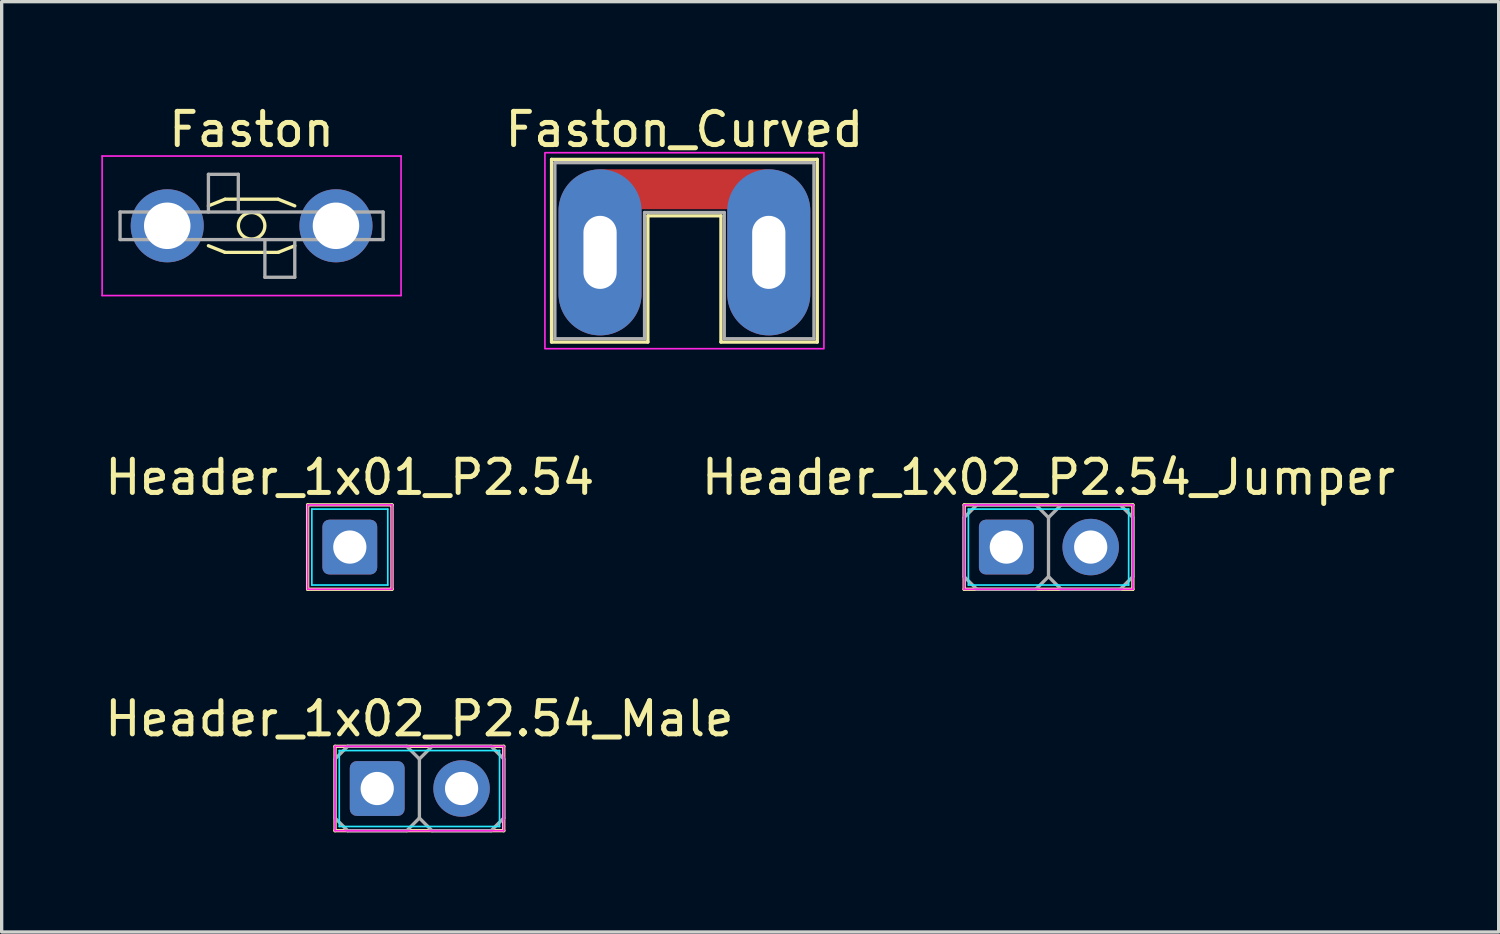
<source format=kicad_pcb>
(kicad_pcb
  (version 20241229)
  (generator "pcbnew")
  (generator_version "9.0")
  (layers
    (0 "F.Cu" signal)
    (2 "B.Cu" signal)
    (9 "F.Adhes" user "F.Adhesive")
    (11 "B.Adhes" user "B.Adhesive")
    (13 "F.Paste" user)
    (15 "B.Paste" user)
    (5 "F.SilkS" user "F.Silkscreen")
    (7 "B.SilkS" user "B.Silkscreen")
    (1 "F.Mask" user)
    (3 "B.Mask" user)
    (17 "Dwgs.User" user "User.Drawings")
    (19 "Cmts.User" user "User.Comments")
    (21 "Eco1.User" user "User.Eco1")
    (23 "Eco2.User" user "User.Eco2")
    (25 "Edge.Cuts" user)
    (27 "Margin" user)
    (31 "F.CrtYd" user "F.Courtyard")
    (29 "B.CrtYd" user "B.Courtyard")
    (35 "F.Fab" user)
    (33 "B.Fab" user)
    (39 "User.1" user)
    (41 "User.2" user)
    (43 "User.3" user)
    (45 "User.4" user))
  (footprint "Header_1x02_P2.54_Male"
    (layer "F.Cu")
    (at 9.577 20.69)
    (property "Reference" "Header_1x02_P2.54_Male" (at 0 -2.1 0) (layer "F.SilkS") (effects (font (size 1 1) (thickness 0.15))))
    (attr through_hole)
    (fp_line (start -2.54 -1.27) (end -2.54 1.27) (stroke (width 0.1) (type solid)) (layer "F.SilkS"))
    (fp_line (start -2.54 1.27) (end 2.54 1.27) (stroke (width 0.1) (type solid)) (layer "F.SilkS"))
    (fp_line (start 2.54 -1.27) (end -2.54 -1.27) (stroke (width 0.1) (type solid)) (layer "F.SilkS"))
    (fp_line (start 2.54 1.27) (end 2.54 -1.27) (stroke (width 0.1) (type solid)) (layer "F.SilkS"))
    (fp_line (start -2.413 -1.143) (end -2.413 1.143) (stroke (width 0.05) (type solid)) (layer "B.CrtYd"))
    (fp_line (start -2.413 1.143) (end 2.413 1.143) (stroke (width 0.05) (type solid)) (layer "B.CrtYd"))
    (fp_line (start 2.413 -1.143) (end -2.413 -1.143) (stroke (width 0.05) (type solid)) (layer "B.CrtYd"))
    (fp_line (start 2.413 1.143) (end 2.413 -1.143) (stroke (width 0.05) (type solid)) (layer "B.CrtYd"))
    (fp_line (start -2.54 -1.27) (end -2.54 1.27) (stroke (width 0.05) (type solid)) (layer "F.CrtYd"))
    (fp_line (start -2.54 1.27) (end 2.54 1.27) (stroke (width 0.05) (type solid)) (layer "F.CrtYd"))
    (fp_line (start 2.54 -1.27) (end -2.54 -1.27) (stroke (width 0.05) (type solid)) (layer "F.CrtYd"))
    (fp_line (start 2.54 1.27) (end 2.54 -1.27) (stroke (width 0.05) (type solid)) (layer "F.CrtYd"))
    (fp_line (start -2.54 -0.889) (end -2.54 0.889) (stroke (width 0.1) (type solid)) (layer "F.Fab"))
    (fp_line (start -2.54 0.889) (end -2.159 1.27) (stroke (width 0.1) (type solid)) (layer "F.Fab"))
    (fp_line (start -2.159 -1.27) (end -2.54 -0.889) (stroke (width 0.1) (type solid)) (layer "F.Fab"))
    (fp_line (start -2.159 -1.27) (end -0.381 -1.27) (stroke (width 0.1) (type solid)) (layer "F.Fab"))
    (fp_line (start -2.159 1.27) (end -0.381 1.27) (stroke (width 0.1) (type solid)) (layer "F.Fab"))
    (fp_line (start -0.381 -1.27) (end 0 -0.889) (stroke (width 0.1) (type solid)) (layer "F.Fab"))
    (fp_line (start -0.381 1.27) (end 0 0.889) (stroke (width 0.1) (type solid)) (layer "F.Fab"))
    (fp_line (start 0 -0.889) (end 0 0.889) (stroke (width 0.1) (type solid)) (layer "F.Fab"))
    (fp_line (start 0 0.889) (end 0.381 1.27) (stroke (width 0.1) (type solid)) (layer "F.Fab"))
    (fp_line (start 0.381 -1.27) (end 0 -0.889) (stroke (width 0.1) (type solid)) (layer "F.Fab"))
    (fp_line (start 0.381 -1.27) (end 2.159 -1.27) (stroke (width 0.1) (type solid)) (layer "F.Fab"))
    (fp_line (start 0.381 1.27) (end 2.159 1.27) (stroke (width 0.1) (type solid)) (layer "F.Fab"))
    (fp_line (start 2.159 -1.27) (end 2.54 -0.889) (stroke (width 0.1) (type solid)) (layer "F.Fab"))
    (fp_line (start 2.159 1.27) (end 2.54 0.889) (stroke (width 0.1) (type solid)) (layer "F.Fab"))
    (fp_line (start 2.54 -0.889) (end 2.54 0.889) (stroke (width 0.1) (type solid)) (layer "F.Fab"))
    (pad "1" thru_hole roundrect (at -1.27 0) (size 1.65 1.65) (drill 1) (layers "*.Cu" "*.Mask") (roundrect_rratio 0.125))
    (pad "2" thru_hole circle (at 1.27 0) (size 1.7 1.7) (drill 1) (layers "*.Cu" "*.Mask")))
  (footprint "Faston_Curved"
    (layer "F.Cu")
    (at 17.556 4.548)
    (property "Reference" "Faston_Curved" (at 0 -3.7 0) (layer "F.SilkS") (effects (font (size 1 1) (thickness 0.15))))
    (attr through_hole)
    (fp_line (start -4 -2.8) (end -4 2.7) (stroke (width 0.1) (type solid)) (layer "F.SilkS"))
    (fp_line (start -4 2.7) (end -1.1 2.7) (stroke (width 0.1) (type solid)) (layer "F.SilkS"))
    (fp_line (start -1.1 -1.1) (end 1.1 -1.1) (stroke (width 0.1) (type solid)) (layer "F.SilkS"))
    (fp_line (start -1.1 2.7) (end -1.1 -1.1) (stroke (width 0.1) (type solid)) (layer "F.SilkS"))
    (fp_line (start 1.1 -1.1) (end 1.1 2.7) (stroke (width 0.1) (type solid)) (layer "F.SilkS"))
    (fp_line (start 1.1 2.7) (end 4 2.7) (stroke (width 0.1) (type solid)) (layer "F.SilkS"))
    (fp_line (start 4 -2.8) (end -4 -2.8) (stroke (width 0.1) (type solid)) (layer "F.SilkS"))
    (fp_line (start 4 2.7) (end 4 -2.8) (stroke (width 0.1) (type solid)) (layer "F.SilkS"))
    (fp_rect (start -4.2 -3) (end 4.2 2.9) (stroke (width 0.05) (type solid)) (fill no) (layer "F.CrtYd"))
    (fp_line (start -3.9 -2.7) (end -3.9 2.6) (stroke (width 0.1) (type solid)) (layer "F.Fab"))
    (fp_line (start -3.9 2.6) (end -1.2 2.6) (stroke (width 0.1) (type solid)) (layer "F.Fab"))
    (fp_line (start -1.2 -1.2) (end -1.2 2.6) (stroke (width 0.1) (type solid)) (layer "F.Fab"))
    (fp_line (start -1.2 -1.2) (end 1.2 -1.2) (stroke (width 0.1) (type solid)) (layer "F.Fab"))
    (fp_line (start 1.2 -1.2) (end 1.2 2.6) (stroke (width 0.1) (type solid)) (layer "F.Fab"))
    (fp_line (start 1.2 2.6) (end 3.9 2.6) (stroke (width 0.1) (type solid)) (layer "F.Fab"))
    (fp_line (start 3.9 -2.7) (end -3.9 -2.7) (stroke (width 0.1) (type solid)) (layer "F.Fab"))
    (fp_line (start 3.9 2.6) (end 3.9 -2.7) (stroke (width 0.1) (type solid)) (layer "F.Fab"))
    (pad "1" thru_hole oval (at -2.54 0 90) (size 5 2.5) (drill oval 2.2 1) (layers "*.Cu" "*.Mask"))
    (pad "1" smd oval (at 0 -1.9) (size 6 1.2) (layers "F.Cu" "F.Mask" "F.Paste"))
    (pad "1" thru_hole oval (at 2.54 0 90) (size 5 2.5) (drill oval 2.2 1) (layers "*.Cu" "*.Mask")))
  (footprint "Faston"
    (layer "F.Cu")
    (at 4.525 3.748)
    (property "Reference" "Faston" (at 0 -2.9 0) (layer "F.SilkS") (effects (font (size 1 1) (thickness 0.15))))
    (attr through_hole)
    (fp_line (start -1.3 -0.6) (end -0.8 -0.8) (stroke (width 0.1) (type solid)) (layer "F.SilkS"))
    (fp_line (start -1.3 0.6) (end -0.8 0.8) (stroke (width 0.1) (type solid)) (layer "F.SilkS"))
    (fp_line (start -0.8 -0.8) (end 0.8 -0.8) (stroke (width 0.1) (type solid)) (layer "F.SilkS"))
    (fp_line (start -0.8 0.8) (end 0.8 0.8) (stroke (width 0.1) (type solid)) (layer "F.SilkS"))
    (fp_line (start 0.8 -0.8) (end 1.3 -0.6) (stroke (width 0.1) (type solid)) (layer "F.SilkS"))
    (fp_line (start 0.8 0.8) (end 1.3 0.6) (stroke (width 0.1) (type solid)) (layer "F.SilkS"))
    (fp_circle (center 0 0) (end 0.4 0) (stroke (width 0.1) (type solid)) (fill no) (layer "F.SilkS"))
    (fp_line (start -4.5 -2.1) (end -4.5 2.1) (stroke (width 0.05) (type solid)) (layer "F.CrtYd"))
    (fp_line (start -4.5 2.1) (end 4.5 2.1) (stroke (width 0.05) (type solid)) (layer "F.CrtYd"))
    (fp_line (start 4.5 -2.1) (end -4.5 -2.1) (stroke (width 0.05) (type solid)) (layer "F.CrtYd"))
    (fp_line (start 4.5 2.1) (end 4.5 -2.1) (stroke (width 0.05) (type solid)) (layer "F.CrtYd"))
    (fp_line (start -3.96 -0.415) (end 3.96 -0.415) (stroke (width 0.1) (type solid)) (layer "F.Fab"))
    (fp_line (start -3.96 0.415) (end -3.96 -0.415) (stroke (width 0.1) (type solid)) (layer "F.Fab"))
    (fp_line (start -1.3 -1.55) (end -1.3 -0.415) (stroke (width 0.1) (type solid)) (layer "F.Fab"))
    (fp_line (start -0.4 -1.55) (end -1.3 -1.55) (stroke (width 0.1) (type solid)) (layer "F.Fab"))
    (fp_line (start -0.4 -0.415) (end -0.4 -1.55) (stroke (width 0.1) (type solid)) (layer "F.Fab"))
    (fp_line (start 0.4 0.415) (end 0.4 1.55) (stroke (width 0.1) (type solid)) (layer "F.Fab"))
    (fp_line (start 0.4 1.55) (end 1.3 1.55) (stroke (width 0.1) (type solid)) (layer "F.Fab"))
    (fp_line (start 1.3 1.55) (end 1.3 0.415) (stroke (width 0.1) (type solid)) (layer "F.Fab"))
    (fp_line (start 3.96 -0.415) (end 3.96 0.415) (stroke (width 0.1) (type solid)) (layer "F.Fab"))
    (fp_line (start 3.96 0.415) (end -3.96 0.415) (stroke (width 0.1) (type solid)) (layer "F.Fab"))
    (pad "1" thru_hole circle (at -2.54 0 90) (size 2.2 2.2) (drill 1.4) (layers "*.Cu" "*.Mask"))
    (pad "1" thru_hole circle (at 2.54 0 90) (size 2.2 2.2) (drill 1.4) (layers "*.Cu" "*.Mask")))
  (footprint "Header_1x02_P2.54_Jumper"
    (layer "F.Cu")
    (at 28.518 13.421)
    (property "Reference" "Header_1x02_P2.54_Jumper" (at 0 -2.1 0) (layer "F.SilkS") (effects (font (size 1 1) (thickness 0.15))))
    (attr through_hole)
    (fp_line (start -2.54 -1.27) (end -2.54 1.27) (stroke (width 0.1) (type solid)) (layer "F.SilkS"))
    (fp_line (start -2.54 1.27) (end 2.54 1.27) (stroke (width 0.1) (type solid)) (layer "F.SilkS"))
    (fp_line (start 2.54 -1.27) (end -2.54 -1.27) (stroke (width 0.1) (type solid)) (layer "F.SilkS"))
    (fp_line (start 2.54 1.27) (end 2.54 -1.27) (stroke (width 0.1) (type solid)) (layer "F.SilkS"))
    (fp_line (start -2.413 -1.143) (end -2.413 1.143) (stroke (width 0.05) (type solid)) (layer "B.CrtYd"))
    (fp_line (start -2.413 1.143) (end 2.413 1.143) (stroke (width 0.05) (type solid)) (layer "B.CrtYd"))
    (fp_line (start 2.413 -1.143) (end -2.413 -1.143) (stroke (width 0.05) (type solid)) (layer "B.CrtYd"))
    (fp_line (start 2.413 1.143) (end 2.413 -1.143) (stroke (width 0.05) (type solid)) (layer "B.CrtYd"))
    (fp_line (start -2.54 -1.27) (end -2.54 1.27) (stroke (width 0.05) (type solid)) (layer "F.CrtYd"))
    (fp_line (start -2.54 1.27) (end 2.54 1.27) (stroke (width 0.05) (type solid)) (layer "F.CrtYd"))
    (fp_line (start 2.54 -1.27) (end -2.54 -1.27) (stroke (width 0.05) (type solid)) (layer "F.CrtYd"))
    (fp_line (start 2.54 1.27) (end 2.54 -1.27) (stroke (width 0.05) (type solid)) (layer "F.CrtYd"))
    (fp_line (start -2.54 -0.889) (end -2.54 0.889) (stroke (width 0.1) (type solid)) (layer "F.Fab"))
    (fp_line (start -2.54 0.889) (end -2.159 1.27) (stroke (width 0.1) (type solid)) (layer "F.Fab"))
    (fp_line (start -2.159 -1.27) (end -2.54 -0.889) (stroke (width 0.1) (type solid)) (layer "F.Fab"))
    (fp_line (start -2.159 -1.27) (end -0.381 -1.27) (stroke (width 0.1) (type solid)) (layer "F.Fab"))
    (fp_line (start -2.159 1.27) (end -0.381 1.27) (stroke (width 0.1) (type solid)) (layer "F.Fab"))
    (fp_line (start -0.381 -1.27) (end 0 -0.889) (stroke (width 0.1) (type solid)) (layer "F.Fab"))
    (fp_line (start -0.381 1.27) (end 0 0.889) (stroke (width 0.1) (type solid)) (layer "F.Fab"))
    (fp_line (start 0 -0.889) (end 0 0.889) (stroke (width 0.1) (type solid)) (layer "F.Fab"))
    (fp_line (start 0 0.889) (end 0.381 1.27) (stroke (width 0.1) (type solid)) (layer "F.Fab"))
    (fp_line (start 0.381 -1.27) (end 0 -0.889) (stroke (width 0.1) (type solid)) (layer "F.Fab"))
    (fp_line (start 0.381 -1.27) (end 2.159 -1.27) (stroke (width 0.1) (type solid)) (layer "F.Fab"))
    (fp_line (start 0.381 1.27) (end 2.159 1.27) (stroke (width 0.1) (type solid)) (layer "F.Fab"))
    (fp_line (start 2.159 -1.27) (end 2.54 -0.889) (stroke (width 0.1) (type solid)) (layer "F.Fab"))
    (fp_line (start 2.159 1.27) (end 2.54 0.889) (stroke (width 0.1) (type solid)) (layer "F.Fab"))
    (fp_line (start 2.54 -0.889) (end 2.54 0.889) (stroke (width 0.1) (type solid)) (layer "F.Fab"))
    (pad "1" thru_hole roundrect (at -1.27 0) (size 1.65 1.65) (drill 1) (layers "*.Cu" "*.Mask") (roundrect_rratio 0.125))
    (pad "2" thru_hole circle (at 1.27 0) (size 1.7 1.7) (drill 1) (layers "*.Cu" "*.Mask")))
  (footprint "Header_1x01_P2.54"
    (layer "F.Cu")
    (at 7.482 13.421)
    (property "Reference" "Header_1x01_P2.54" (at 0 -2.1 0) (layer "F.SilkS") (effects (font (size 1 1) (thickness 0.15))))
    (attr through_hole)
    (fp_line (start -1.27 -1.27) (end -1.27 1.27) (stroke (width 0.1) (type solid)) (layer "F.SilkS"))
    (fp_line (start -1.27 1.27) (end 1.27 1.27) (stroke (width 0.1) (type solid)) (layer "F.SilkS"))
    (fp_line (start 1.27 -1.27) (end -1.27 -1.27) (stroke (width 0.1) (type solid)) (layer "F.SilkS"))
    (fp_line (start 1.27 1.27) (end 1.27 -1.27) (stroke (width 0.1) (type solid)) (layer "F.SilkS"))
    (fp_line (start -1.143 -1.143) (end -1.143 1.143) (stroke (width 0.05) (type solid)) (layer "B.CrtYd"))
    (fp_line (start -1.143 1.143) (end 1.143 1.143) (stroke (width 0.05) (type solid)) (layer "B.CrtYd"))
    (fp_line (start 1.143 -1.143) (end -1.143 -1.143) (stroke (width 0.05) (type solid)) (layer "B.CrtYd"))
    (fp_line (start 1.143 1.143) (end 1.143 -1.143) (stroke (width 0.05) (type solid)) (layer "B.CrtYd"))
    (fp_line (start -1.27 -1.27) (end -1.27 1.27) (stroke (width 0.05) (type solid)) (layer "F.CrtYd"))
    (fp_line (start -1.27 1.27) (end 1.27 1.27) (stroke (width 0.05) (type solid)) (layer "F.CrtYd"))
    (fp_line (start 1.27 -1.27) (end -1.27 -1.27) (stroke (width 0.05) (type solid)) (layer "F.CrtYd"))
    (fp_line (start 1.27 1.27) (end 1.27 -1.27) (stroke (width 0.05) (type solid)) (layer "F.CrtYd"))
    (pad "1" thru_hole roundrect (at 0 0) (size 1.65 1.65) (drill 1) (layers "*.Cu" "*.Mask") (roundrect_rratio 0.125)))
  (gr_rect
    (start -3 -3)
    (end 42.071 25.01)
    (stroke (width 0.1) (type default))
    (fill no)
    (layer "Edge.Cuts")))
</source>
